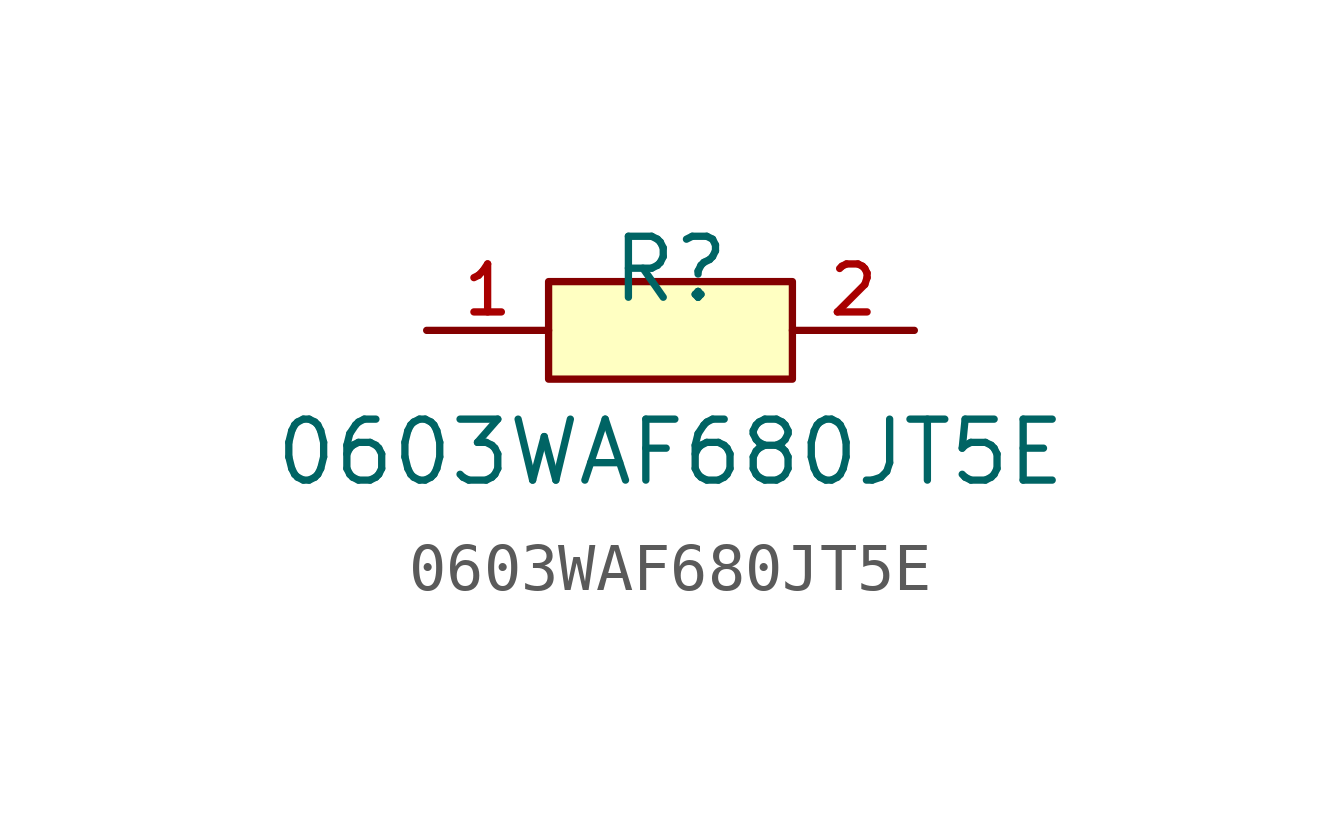
<source format=kicad_sym>
(kicad_symbol_lib
  (version 20210201)
  (generator TousstNicolas/JLC2KiCad_lib)
  (symbol "0603WAF680JT5E"
    (pin_names hide)
    (property "Reference" "R"
      (at 0 1.27 0)
      (effects (font (size 1.27 1.27))))
    (property "Value" "0603WAF680JT5E"
      (at 0 -2.54 0)
      (effects (font (size 1.27 1.27))))
    (symbol "0603WAF680JT5E_0_1"
      (pin input line (at 5.08 -0.0 180) (length 2.54) (name "2" (effects (font (size 1 1)))) (number "2" (effects (font (size 1 1)))))
      (pin input line (at -5.08 -0.0 0) (length 2.54) (name "1" (effects (font (size 1 1)))) (number "1" (effects (font (size 1 1)))))
      (rectangle (start -2.54 1.016) (end 2.54 -1.016) (stroke (width 0) (type default) (color 0 0 0 0)) (fill (type background))))))
</source>
